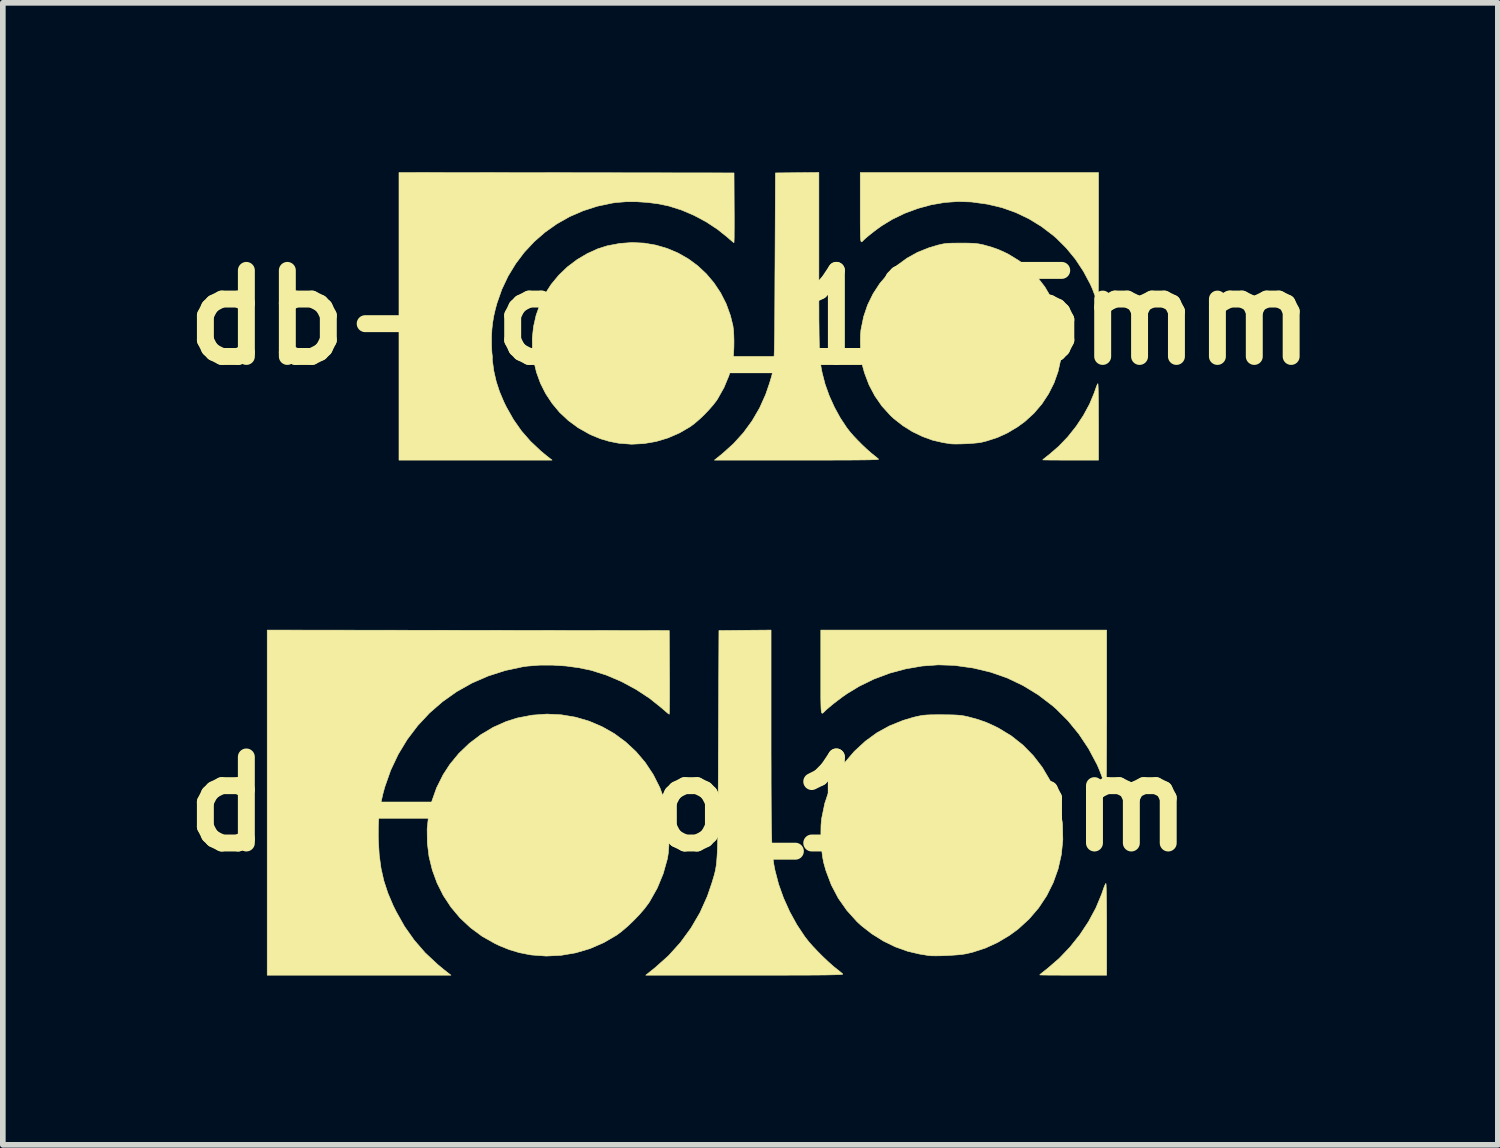
<source format=kicad_pcb>
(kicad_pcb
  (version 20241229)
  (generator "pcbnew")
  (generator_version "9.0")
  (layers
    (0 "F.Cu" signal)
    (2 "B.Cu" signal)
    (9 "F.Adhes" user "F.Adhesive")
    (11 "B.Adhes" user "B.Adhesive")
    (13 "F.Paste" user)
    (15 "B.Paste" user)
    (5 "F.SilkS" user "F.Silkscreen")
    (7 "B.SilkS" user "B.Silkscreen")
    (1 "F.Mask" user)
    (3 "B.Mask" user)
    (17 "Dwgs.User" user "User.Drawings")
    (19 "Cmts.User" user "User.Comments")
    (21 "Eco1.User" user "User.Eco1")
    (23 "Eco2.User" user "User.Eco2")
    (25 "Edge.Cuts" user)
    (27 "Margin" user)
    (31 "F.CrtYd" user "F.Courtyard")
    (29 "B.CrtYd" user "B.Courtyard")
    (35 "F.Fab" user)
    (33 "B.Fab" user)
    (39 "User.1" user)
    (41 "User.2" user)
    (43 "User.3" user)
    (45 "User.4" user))
  (footprint "db-logo_15mm"
    (layer "F.Cu")
    (at 9.151 11.192)
    (property "Reference" "db-logo_15mm" (at 0 0 0) (layer "F.SilkS") (effects (font (size 1.524 1.524) (thickness 0.3))))
    (attr through_hole)
    (fp_poly (pts (xy 7.39 1.422) (xy 7.392 1.469) (xy 7.394 1.543) (xy 7.396 1.642) (xy 7.398 1.761) (xy 7.399 1.897) (xy 7.4 2.048) (xy 7.4 2.21) (xy 7.4 2.218) (xy 7.4 3.031) (xy 6.807 3.031) (xy 6.669 3.031) (xy 6.543 3.03) (xy 6.432 3.03) (xy 6.339 3.029) (xy 6.27 3.028) (xy 6.227 3.027) (xy 6.215 3.025) (xy 6.227 3.013) (xy 6.261 2.985) (xy 6.31 2.946) (xy 6.352 2.913) (xy 6.557 2.736) (xy 6.75 2.534) (xy 6.926 2.314) (xy 7.08 2.081) (xy 7.21 1.84) (xy 7.311 1.597) (xy 7.326 1.554) (xy 7.348 1.489) (xy 7.368 1.439) (xy 7.383 1.41) (xy 7.387 1.406) (xy 7.39 1.422)) (stroke (width 0.01) (type solid)) (fill yes) (layer "F.SilkS"))
    (fp_poly (pts (xy -0.347 -3.073) (xy -0.343 -2.333) (xy -0.342 -2.178) (xy -0.342 -2.034) (xy -0.342 -1.905) (xy -0.343 -1.793) (xy -0.344 -1.703) (xy -0.345 -1.637) (xy -0.347 -1.6) (xy -0.348 -1.592) (xy -0.364 -1.602) (xy -0.399 -1.631) (xy -0.447 -1.672) (xy -0.475 -1.697) (xy -0.693 -1.872) (xy -0.935 -2.031) (xy -1.193 -2.17) (xy -1.46 -2.284) (xy -1.726 -2.368) (xy -1.736 -2.371) (xy -1.949 -2.415) (xy -2.177 -2.446) (xy -2.412 -2.461) (xy -2.641 -2.461) (xy -2.856 -2.444) (xy -2.938 -2.433) (xy -3.254 -2.365) (xy -3.556 -2.268) (xy -3.843 -2.143) (xy -4.113 -1.991) (xy -4.363 -1.814) (xy -4.594 -1.613) (xy -4.803 -1.389) (xy -4.988 -1.145) (xy -5.148 -0.881) (xy -5.281 -0.6) (xy -5.386 -0.302) (xy -5.418 -0.184) (xy -5.452 -0.034) (xy -5.477 0.107) (xy -5.493 0.248) (xy -5.5 0.397) (xy -5.501 0.567) (xy -5.499 0.648) (xy -5.484 0.904) (xy -5.452 1.139) (xy -5.402 1.36) (xy -5.331 1.577) (xy -5.237 1.798) (xy -5.186 1.901) (xy -5.036 2.168) (xy -4.865 2.41) (xy -4.672 2.633) (xy -4.451 2.84) (xy -4.347 2.926) (xy -4.214 3.031) (xy -7.468 3.031) (xy -7.468 -3.082) (xy -0.347 -3.073)) (stroke (width 0.01) (type solid)) (fill yes) (layer "F.SilkS"))
    (fp_poly (pts (xy 7.4 -1.693) (xy 7.4 -1.48) (xy 7.399 -1.276) (xy 7.399 -1.085) (xy 7.398 -0.909) (xy 7.397 -0.751) (xy 7.397 -0.612) (xy 7.395 -0.497) (xy 7.394 -0.406) (xy 7.393 -0.343) (xy 7.392 -0.309) (xy 7.391 -0.305) (xy 7.378 -0.318) (xy 7.374 -0.326) (xy 7.334 -0.439) (xy 7.302 -0.527) (xy 7.275 -0.596) (xy 7.251 -0.654) (xy 7.227 -0.708) (xy 7.226 -0.709) (xy 7.08 -0.983) (xy 6.909 -1.24) (xy 6.716 -1.476) (xy 6.505 -1.687) (xy 6.443 -1.741) (xy 6.188 -1.936) (xy 5.921 -2.099) (xy 5.641 -2.233) (xy 5.347 -2.336) (xy 5.037 -2.41) (xy 4.71 -2.456) (xy 4.697 -2.457) (xy 4.417 -2.466) (xy 4.13 -2.445) (xy 3.841 -2.395) (xy 3.555 -2.318) (xy 3.278 -2.214) (xy 3.014 -2.085) (xy 2.799 -1.954) (xy 2.722 -1.9) (xy 2.638 -1.837) (xy 2.555 -1.773) (xy 2.482 -1.712) (xy 2.424 -1.662) (xy 2.405 -1.643) (xy 2.388 -1.626) (xy 2.375 -1.614) (xy 2.364 -1.608) (xy 2.356 -1.613) (xy 2.349 -1.629) (xy 2.344 -1.661) (xy 2.341 -1.71) (xy 2.339 -1.78) (xy 2.337 -1.872) (xy 2.337 -1.99) (xy 2.337 -2.137) (xy 2.337 -2.314) (xy 2.337 -2.335) (xy 2.337 -3.082) (xy 7.4 -3.082) (xy 7.4 -1.693)) (stroke (width 0.01) (type solid)) (fill yes) (layer "F.SilkS"))
    (fp_poly (pts (xy -2.257 -1.581) (xy -2.006 -1.539) (xy -1.765 -1.468) (xy -1.536 -1.37) (xy -1.319 -1.247) (xy -1.119 -1.099) (xy -0.935 -0.928) (xy -0.772 -0.736) (xy -0.631 -0.523) (xy -0.514 -0.292) (xy -0.423 -0.043) (xy -0.371 0.169) (xy -0.359 0.257) (xy -0.351 0.368) (xy -0.348 0.494) (xy -0.349 0.626) (xy -0.355 0.754) (xy -0.364 0.868) (xy -0.378 0.959) (xy -0.379 0.965) (xy -0.454 1.232) (xy -0.559 1.487) (xy -0.694 1.727) (xy -0.717 1.761) (xy -0.786 1.853) (xy -0.875 1.956) (xy -0.977 2.062) (xy -1.084 2.164) (xy -1.187 2.252) (xy -1.277 2.32) (xy -1.507 2.454) (xy -1.751 2.56) (xy -2.004 2.635) (xy -2.264 2.679) (xy -2.525 2.692) (xy -2.785 2.673) (xy -2.819 2.668) (xy -3.005 2.631) (xy -3.179 2.579) (xy -3.355 2.508) (xy -3.429 2.473) (xy -3.66 2.343) (xy -3.868 2.189) (xy -4.053 2.016) (xy -4.214 1.824) (xy -4.35 1.617) (xy -4.46 1.397) (xy -4.544 1.167) (xy -4.602 0.93) (xy -4.632 0.686) (xy -4.635 0.441) (xy -4.609 0.194) (xy -4.553 -0.049) (xy -4.468 -0.288) (xy -4.352 -0.52) (xy -4.233 -0.703) (xy -4.074 -0.897) (xy -3.89 -1.073) (xy -3.686 -1.228) (xy -3.467 -1.359) (xy -3.238 -1.461) (xy -3.04 -1.524) (xy -2.776 -1.575) (xy -2.514 -1.594) (xy -2.257 -1.581)) (stroke (width 0.01) (type solid)) (fill yes) (layer "F.SilkS"))
    (fp_poly (pts (xy 4.599 -1.581) (xy 4.692 -1.579) (xy 4.766 -1.575) (xy 4.829 -1.569) (xy 4.887 -1.559) (xy 4.949 -1.545) (xy 4.961 -1.542) (xy 5.125 -1.497) (xy 5.272 -1.445) (xy 5.416 -1.38) (xy 5.49 -1.342) (xy 5.715 -1.205) (xy 5.919 -1.043) (xy 6.101 -0.857) (xy 6.259 -0.652) (xy 6.391 -0.429) (xy 6.495 -0.19) (xy 6.57 0.06) (xy 6.614 0.321) (xy 6.618 0.364) (xy 6.624 0.631) (xy 6.598 0.893) (xy 6.541 1.147) (xy 6.454 1.391) (xy 6.339 1.622) (xy 6.196 1.838) (xy 6.027 2.035) (xy 5.834 2.212) (xy 5.68 2.325) (xy 5.467 2.452) (xy 5.253 2.55) (xy 5.026 2.624) (xy 4.911 2.651) (xy 4.851 2.661) (xy 4.768 2.67) (xy 4.67 2.677) (xy 4.566 2.683) (xy 4.464 2.687) (xy 4.371 2.688) (xy 4.296 2.687) (xy 4.25 2.683) (xy 4.212 2.677) (xy 4.154 2.667) (xy 4.089 2.657) (xy 3.875 2.607) (xy 3.657 2.529) (xy 3.444 2.425) (xy 3.241 2.298) (xy 3.055 2.153) (xy 2.979 2.083) (xy 2.799 1.883) (xy 2.647 1.667) (xy 2.524 1.433) (xy 2.428 1.179) (xy 2.387 1.033) (xy 2.367 0.926) (xy 2.352 0.797) (xy 2.342 0.655) (xy 2.339 0.512) (xy 2.341 0.378) (xy 2.351 0.263) (xy 2.353 0.253) (xy 2.408 -0.014) (xy 2.493 -0.267) (xy 2.608 -0.504) (xy 2.753 -0.725) (xy 2.927 -0.929) (xy 2.933 -0.935) (xy 3.127 -1.114) (xy 3.332 -1.263) (xy 3.552 -1.384) (xy 3.792 -1.481) (xy 3.975 -1.536) (xy 4.043 -1.552) (xy 4.1 -1.564) (xy 4.156 -1.573) (xy 4.217 -1.578) (xy 4.291 -1.581) (xy 4.386 -1.582) (xy 4.479 -1.582) (xy 4.599 -1.581)) (stroke (width 0.01) (type solid)) (fill yes) (layer "F.SilkS"))
    (fp_poly (pts (xy 1.456 -1.213) (xy 1.456 -0.904) (xy 1.457 -0.628) (xy 1.457 -0.381) (xy 1.458 -0.161) (xy 1.459 0.032) (xy 1.46 0.203) (xy 1.462 0.352) (xy 1.464 0.482) (xy 1.467 0.595) (xy 1.47 0.693) (xy 1.475 0.778) (xy 1.48 0.852) (xy 1.486 0.918) (xy 1.492 0.976) (xy 1.5 1.031) (xy 1.508 1.083) (xy 1.518 1.134) (xy 1.526 1.175) (xy 1.589 1.417) (xy 1.677 1.664) (xy 1.786 1.906) (xy 1.913 2.137) (xy 2.052 2.346) (xy 2.125 2.44) (xy 2.195 2.519) (xy 2.282 2.611) (xy 2.377 2.706) (xy 2.471 2.795) (xy 2.555 2.87) (xy 2.582 2.892) (xy 2.639 2.937) (xy 2.687 2.976) (xy 2.719 3.003) (xy 2.726 3.009) (xy 2.725 3.013) (xy 2.713 3.016) (xy 2.688 3.019) (xy 2.648 3.021) (xy 2.592 3.023) (xy 2.518 3.025) (xy 2.425 3.027) (xy 2.309 3.028) (xy 2.171 3.029) (xy 2.008 3.03) (xy 1.818 3.03) (xy 1.6 3.031) (xy 1.351 3.031) (xy 1.071 3.031) (xy 0.994 3.031) (xy -0.763 3.031) (xy -0.595 2.896) (xy -0.359 2.685) (xy -0.148 2.451) (xy 0.038 2.196) (xy 0.197 1.924) (xy 0.327 1.635) (xy 0.407 1.401) (xy 0.423 1.348) (xy 0.437 1.301) (xy 0.45 1.258) (xy 0.461 1.215) (xy 0.471 1.172) (xy 0.479 1.126) (xy 0.487 1.076) (xy 0.493 1.019) (xy 0.498 0.953) (xy 0.503 0.876) (xy 0.507 0.786) (xy 0.51 0.682) (xy 0.513 0.56) (xy 0.515 0.42) (xy 0.517 0.259) (xy 0.518 0.075) (xy 0.519 -0.135) (xy 0.521 -0.371) (xy 0.522 -0.636) (xy 0.523 -0.932) (xy 0.524 -1.058) (xy 0.533 -3.073) (xy 0.995 -3.078) (xy 1.456 -3.082) (xy 1.456 -1.213)) (stroke (width 0.01) (type solid)) (fill yes) (layer "F.SilkS")))
  (footprint "db-logo_12.5mm"
    (layer "F.Cu")
    (at 10.24 2.574)
    (property "Reference" "db-logo_12.5mm" (at 0 0 0) (layer "F.SilkS") (effects (font (size 1.524 1.524) (thickness 0.3))))
    (attr through_hole)
    (fp_poly (pts (xy 6.158 1.185) (xy 6.16 1.224) (xy 6.162 1.286) (xy 6.163 1.368) (xy 6.165 1.467) (xy 6.166 1.581) (xy 6.166 1.707) (xy 6.167 1.842) (xy 6.167 1.849) (xy 6.167 2.526) (xy 5.673 2.526) (xy 5.558 2.526) (xy 5.452 2.525) (xy 5.36 2.525) (xy 5.283 2.524) (xy 5.225 2.523) (xy 5.189 2.522) (xy 5.179 2.521) (xy 5.189 2.511) (xy 5.217 2.488) (xy 5.258 2.455) (xy 5.293 2.428) (xy 5.464 2.28) (xy 5.625 2.112) (xy 5.771 1.928) (xy 5.9 1.734) (xy 6.009 1.533) (xy 6.093 1.331) (xy 6.105 1.295) (xy 6.124 1.241) (xy 6.14 1.199) (xy 6.152 1.175) (xy 6.156 1.172) (xy 6.158 1.185)) (stroke (width 0.01) (type solid)) (fill yes) (layer "F.SilkS"))
    (fp_poly (pts (xy -3.256 -2.565) (xy -0.289 -2.561) (xy -0.286 -1.944) (xy -0.285 -1.815) (xy -0.285 -1.695) (xy -0.285 -1.587) (xy -0.286 -1.494) (xy -0.286 -1.419) (xy -0.288 -1.364) (xy -0.289 -1.333) (xy -0.29 -1.326) (xy -0.304 -1.335) (xy -0.333 -1.359) (xy -0.373 -1.393) (xy -0.396 -1.414) (xy -0.578 -1.56) (xy -0.779 -1.693) (xy -0.994 -1.808) (xy -1.216 -1.903) (xy -1.439 -1.974) (xy -1.447 -1.976) (xy -1.624 -2.013) (xy -1.814 -2.038) (xy -2.01 -2.051) (xy -2.201 -2.051) (xy -2.38 -2.037) (xy -2.448 -2.027) (xy -2.712 -1.971) (xy -2.963 -1.89) (xy -3.202 -1.786) (xy -3.427 -1.659) (xy -3.636 -1.511) (xy -3.828 -1.344) (xy -4.002 -1.158) (xy -4.156 -0.954) (xy -4.29 -0.734) (xy -4.401 -0.5) (xy -4.488 -0.252) (xy -4.515 -0.154) (xy -4.544 -0.028) (xy -4.564 0.089) (xy -4.577 0.206) (xy -4.584 0.331) (xy -4.584 0.472) (xy -4.582 0.54) (xy -4.57 0.753) (xy -4.543 0.949) (xy -4.501 1.133) (xy -4.442 1.314) (xy -4.364 1.498) (xy -4.322 1.584) (xy -4.196 1.807) (xy -4.055 2.008) (xy -3.893 2.194) (xy -3.709 2.367) (xy -3.622 2.439) (xy -3.512 2.526) (xy -6.223 2.526) (xy -6.223 -2.568) (xy -3.256 -2.565)) (stroke (width 0.01) (type solid)) (fill yes) (layer "F.SilkS"))
    (fp_poly (pts (xy 6.167 -1.411) (xy 6.166 -1.233) (xy 6.166 -1.064) (xy 6.166 -0.904) (xy 6.165 -0.758) (xy 6.165 -0.626) (xy 6.164 -0.51) (xy 6.163 -0.414) (xy 6.162 -0.338) (xy 6.161 -0.285) (xy 6.16 -0.258) (xy 6.159 -0.254) (xy 6.148 -0.265) (xy 6.145 -0.272) (xy 6.112 -0.366) (xy 6.085 -0.439) (xy 6.063 -0.497) (xy 6.043 -0.545) (xy 6.022 -0.59) (xy 6.022 -0.591) (xy 5.9 -0.819) (xy 5.758 -1.034) (xy 5.597 -1.23) (xy 5.421 -1.406) (xy 5.369 -1.451) (xy 5.156 -1.613) (xy 4.934 -1.749) (xy 4.701 -1.86) (xy 4.456 -1.947) (xy 4.198 -2.008) (xy 3.925 -2.046) (xy 3.914 -2.047) (xy 3.681 -2.055) (xy 3.441 -2.038) (xy 3.201 -1.996) (xy 2.963 -1.931) (xy 2.732 -1.845) (xy 2.512 -1.738) (xy 2.333 -1.629) (xy 2.268 -1.583) (xy 2.198 -1.531) (xy 2.129 -1.477) (xy 2.068 -1.427) (xy 2.02 -1.385) (xy 2.004 -1.369) (xy 1.99 -1.355) (xy 1.979 -1.345) (xy 1.97 -1.34) (xy 1.963 -1.344) (xy 1.958 -1.358) (xy 1.954 -1.384) (xy 1.951 -1.425) (xy 1.949 -1.483) (xy 1.948 -1.56) (xy 1.947 -1.659) (xy 1.947 -1.781) (xy 1.947 -1.928) (xy 1.947 -1.946) (xy 1.947 -2.568) (xy 6.167 -2.568) (xy 6.167 -1.411)) (stroke (width 0.01) (type solid)) (fill yes) (layer "F.SilkS"))
    (fp_poly (pts (xy -1.88 -1.318) (xy -1.672 -1.282) (xy -1.471 -1.223) (xy -1.28 -1.142) (xy -1.099 -1.039) (xy -0.932 -0.916) (xy -0.78 -0.774) (xy -0.644 -0.613) (xy -0.526 -0.436) (xy -0.428 -0.243) (xy -0.353 -0.036) (xy -0.309 0.141) (xy -0.299 0.214) (xy -0.293 0.307) (xy -0.29 0.412) (xy -0.291 0.522) (xy -0.296 0.628) (xy -0.304 0.723) (xy -0.315 0.799) (xy -0.316 0.804) (xy -0.378 1.027) (xy -0.466 1.239) (xy -0.578 1.439) (xy -0.597 1.468) (xy -0.655 1.544) (xy -0.73 1.63) (xy -0.814 1.719) (xy -0.903 1.803) (xy -0.989 1.877) (xy -1.064 1.933) (xy -1.256 2.045) (xy -1.459 2.133) (xy -1.67 2.196) (xy -1.886 2.233) (xy -2.104 2.244) (xy -2.321 2.227) (xy -2.349 2.223) (xy -2.504 2.192) (xy -2.649 2.149) (xy -2.796 2.09) (xy -2.857 2.061) (xy -3.05 1.952) (xy -3.224 1.824) (xy -3.378 1.68) (xy -3.511 1.52) (xy -3.625 1.348) (xy -3.717 1.165) (xy -3.787 0.973) (xy -3.835 0.775) (xy -3.86 0.572) (xy -3.862 0.367) (xy -3.84 0.162) (xy -3.794 -0.041) (xy -3.723 -0.24) (xy -3.626 -0.433) (xy -3.528 -0.586) (xy -3.395 -0.747) (xy -3.242 -0.894) (xy -3.072 -1.023) (xy -2.889 -1.132) (xy -2.699 -1.218) (xy -2.534 -1.27) (xy -2.313 -1.312) (xy -2.095 -1.328) (xy -1.88 -1.318)) (stroke (width 0.01) (type solid)) (fill yes) (layer "F.SilkS"))
    (fp_poly (pts (xy 3.832 -1.318) (xy 3.91 -1.316) (xy 3.972 -1.313) (xy 4.024 -1.307) (xy 4.073 -1.299) (xy 4.124 -1.288) (xy 4.135 -1.285) (xy 4.271 -1.247) (xy 4.393 -1.204) (xy 4.513 -1.15) (xy 4.575 -1.119) (xy 4.762 -1.004) (xy 4.933 -0.869) (xy 5.084 -0.714) (xy 5.216 -0.543) (xy 5.326 -0.357) (xy 5.413 -0.159) (xy 5.475 0.05) (xy 5.512 0.267) (xy 5.515 0.303) (xy 5.52 0.526) (xy 5.498 0.744) (xy 5.451 0.956) (xy 5.379 1.159) (xy 5.282 1.352) (xy 5.164 1.531) (xy 5.023 1.696) (xy 4.862 1.843) (xy 4.733 1.937) (xy 4.556 2.043) (xy 4.377 2.125) (xy 4.188 2.186) (xy 4.092 2.21) (xy 4.042 2.218) (xy 3.973 2.225) (xy 3.892 2.231) (xy 3.805 2.236) (xy 3.72 2.239) (xy 3.642 2.24) (xy 3.58 2.239) (xy 3.542 2.236) (xy 3.51 2.23) (xy 3.461 2.223) (xy 3.408 2.214) (xy 3.229 2.173) (xy 3.048 2.107) (xy 2.87 2.021) (xy 2.701 1.915) (xy 2.546 1.794) (xy 2.483 1.736) (xy 2.332 1.57) (xy 2.206 1.389) (xy 2.103 1.194) (xy 2.023 0.983) (xy 1.989 0.861) (xy 1.973 0.772) (xy 1.96 0.664) (xy 1.952 0.546) (xy 1.949 0.427) (xy 1.951 0.315) (xy 1.959 0.219) (xy 1.961 0.21) (xy 2.006 -0.012) (xy 2.077 -0.222) (xy 2.174 -0.42) (xy 2.294 -0.604) (xy 2.439 -0.774) (xy 2.445 -0.78) (xy 2.606 -0.928) (xy 2.777 -1.052) (xy 2.96 -1.154) (xy 3.16 -1.234) (xy 3.313 -1.28) (xy 3.369 -1.294) (xy 3.417 -1.304) (xy 3.463 -1.311) (xy 3.514 -1.315) (xy 3.576 -1.317) (xy 3.655 -1.318) (xy 3.732 -1.318) (xy 3.832 -1.318)) (stroke (width 0.01) (type solid)) (fill yes) (layer "F.SilkS"))
    (fp_poly (pts (xy 1.214 -1.011) (xy 1.214 -0.754) (xy 1.214 -0.523) (xy 1.214 -0.317) (xy 1.215 -0.135) (xy 1.215 0.027) (xy 1.217 0.169) (xy 1.218 0.293) (xy 1.22 0.402) (xy 1.222 0.496) (xy 1.225 0.577) (xy 1.229 0.648) (xy 1.233 0.71) (xy 1.238 0.765) (xy 1.243 0.814) (xy 1.25 0.859) (xy 1.257 0.902) (xy 1.265 0.945) (xy 1.272 0.979) (xy 1.324 1.181) (xy 1.398 1.387) (xy 1.489 1.589) (xy 1.594 1.78) (xy 1.71 1.955) (xy 1.771 2.033) (xy 1.829 2.099) (xy 1.902 2.176) (xy 1.981 2.255) (xy 2.059 2.329) (xy 2.129 2.391) (xy 2.152 2.41) (xy 2.199 2.448) (xy 2.239 2.48) (xy 2.266 2.503) (xy 2.271 2.507) (xy 2.271 2.51) (xy 2.261 2.513) (xy 2.24 2.516) (xy 2.207 2.518) (xy 2.16 2.519) (xy 2.099 2.521) (xy 2.021 2.522) (xy 1.925 2.523) (xy 1.809 2.524) (xy 1.673 2.525) (xy 1.515 2.525) (xy 1.333 2.526) (xy 1.126 2.526) (xy 0.893 2.526) (xy 0.828 2.526) (xy -0.636 2.526) (xy -0.496 2.413) (xy -0.3 2.237) (xy -0.123 2.042) (xy 0.032 1.83) (xy 0.164 1.603) (xy 0.272 1.363) (xy 0.339 1.167) (xy 0.352 1.124) (xy 0.364 1.084) (xy 0.375 1.048) (xy 0.384 1.013) (xy 0.392 0.977) (xy 0.399 0.939) (xy 0.405 0.897) (xy 0.411 0.849) (xy 0.415 0.794) (xy 0.419 0.73) (xy 0.422 0.655) (xy 0.425 0.568) (xy 0.427 0.467) (xy 0.429 0.35) (xy 0.431 0.216) (xy 0.432 0.062) (xy 0.433 -0.112) (xy 0.434 -0.309) (xy 0.435 -0.53) (xy 0.436 -0.777) (xy 0.437 -0.882) (xy 0.445 -2.561) (xy 0.829 -2.565) (xy 1.214 -2.569) (xy 1.214 -1.011)) (stroke (width 0.01) (type solid)) (fill yes) (layer "F.SilkS")))
  (gr_rect
    (start -3 -3)
    (end 23.48 17.228)
    (stroke (width 0.1) (type default))
    (fill no)
    (layer "Edge.Cuts")))
</source>
